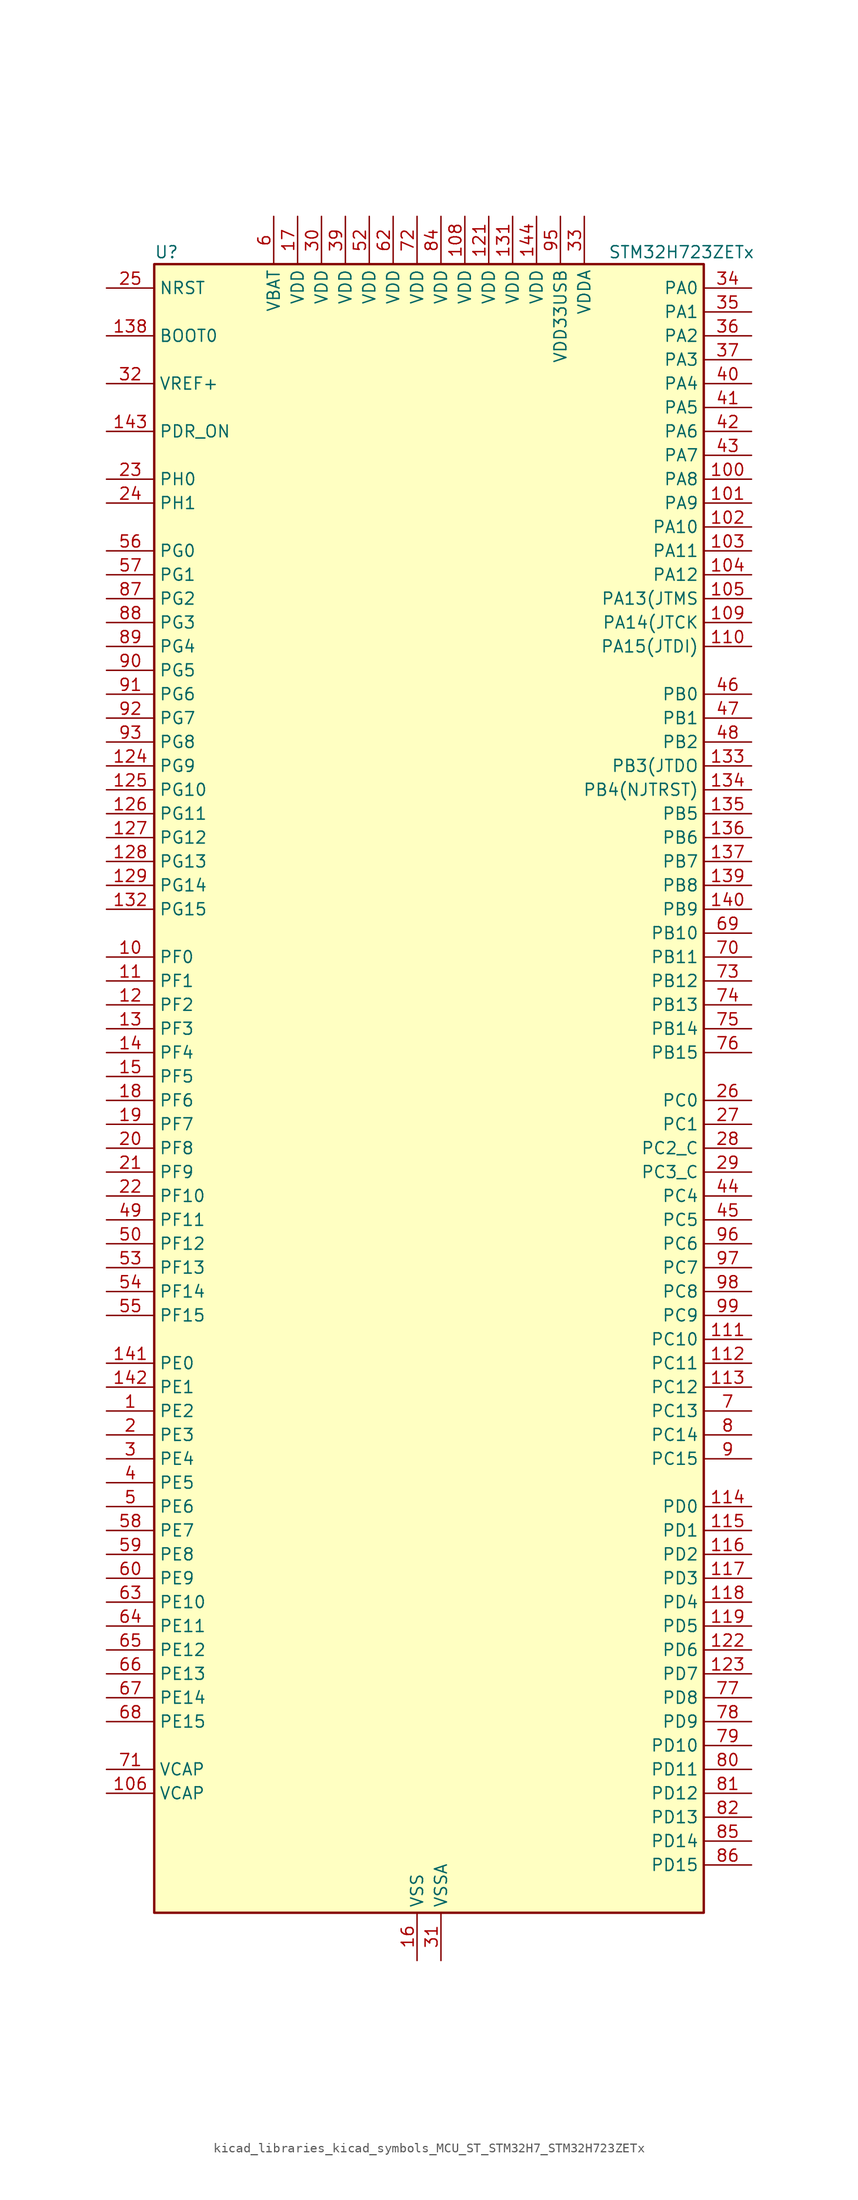
<source format=kicad_sym>
(kicad_symbol_lib
  (version 20220914)
  (generator kicad_symbol_editor)
  (symbol "kicad_libraries_kicad_symbols_MCU_ST_STM32H7_STM32H723ZETx"
    (property "Reference" "U"
      (at -27.94 90.17 0)
      (effects (font (size 1.27 1.27)) (justify left)))
    (property "Value" "STM32H723ZETx"
      (at 20.32 90.17 0)
      (effects (font (size 1.27 1.27)) (justify left)))
    (property "ki_locked" ""
      (at 0 0 0)
      (effects (font (size 1.27 1.27))))
    (symbol "kicad_libraries_kicad_symbols_MCU_ST_STM32H7_STM32H723ZETx_0_1"
      (rectangle (start -27.94 -86.36) (end 30.48 88.9) (stroke (width 0.254) (type default)) (fill (type background))))
    (symbol "kicad_libraries_kicad_symbols_MCU_ST_STM32H7_STM32H723ZETx_1_1"
      (pin bidirectional line (at -33.02 -33.02 0) (length 5.08) (name "PE2" (effects (font (size 1.27 1.27)))) (number "1" (effects (font (size 1.27 1.27)))) (alternate "DEBUG_TRACECLK" bidirectional line) (alternate "ETH_TXD3" bidirectional line) (alternate "FMC_A23" bidirectional line) (alternate "OCTOSPIM_P1_IO2" bidirectional line) (alternate "SAI1_CK1" bidirectional line) (alternate "SAI1_MCLK_A" bidirectional line) (alternate "SAI4_CK1" bidirectional line) (alternate "SAI4_MCLK_A" bidirectional line) (alternate "SPI4_SCK" bidirectional line) (alternate "USART10_RX" bidirectional line))
      (pin bidirectional line (at -33.02 15.24 0) (length 5.08) (name "PF0" (effects (font (size 1.27 1.27)))) (number "10" (effects (font (size 1.27 1.27)))) (alternate "FMC_A0" bidirectional line) (alternate "I2C2_SDA" bidirectional line) (alternate "I2C5_SDA" bidirectional line) (alternate "OCTOSPIM_P2_IO0" bidirectional line) (alternate "TIM23_CH1" bidirectional line))
      (pin bidirectional line (at 35.56 66.04 180) (length 5.08) (name "PA8" (effects (font (size 1.27 1.27)))) (number "100" (effects (font (size 1.27 1.27)))) (alternate "I2C3_SCL" bidirectional line) (alternate "I2C5_SCL" bidirectional line) (alternate "LTDC_B3" bidirectional line) (alternate "LTDC_R6" bidirectional line) (alternate "RCC_MCO_1" bidirectional line) (alternate "TIM1_CH1" bidirectional line) (alternate "TIM8_BKIN2" bidirectional line) (alternate "TIM8_BKIN2_COMP1" bidirectional line) (alternate "TIM8_BKIN2_COMP2" bidirectional line) (alternate "UART7_RX" bidirectional line) (alternate "USART1_CK" bidirectional line) (alternate "USB_OTG_HS_SOF" bidirectional line))
      (pin bidirectional line (at 35.56 63.5 180) (length 5.08) (name "PA9" (effects (font (size 1.27 1.27)))) (number "101" (effects (font (size 1.27 1.27)))) (alternate "DAC1_EXTI9" bidirectional line) (alternate "DCMI_D0" bidirectional line) (alternate "ETH_TX_ER" bidirectional line) (alternate "I2C3_SMBA" bidirectional line) (alternate "I2C5_SMBA" bidirectional line) (alternate "I2S2_CK" bidirectional line) (alternate "LPUART1_TX" bidirectional line) (alternate "LTDC_R5" bidirectional line) (alternate "PSSI_D0" bidirectional line) (alternate "SPI2_SCK" bidirectional line) (alternate "TIM1_CH2" bidirectional line) (alternate "USART1_TX" bidirectional line) (alternate "USB_OTG_HS_VBUS" bidirectional line))
      (pin bidirectional line (at 35.56 60.96 180) (length 5.08) (name "PA10" (effects (font (size 1.27 1.27)))) (number "102" (effects (font (size 1.27 1.27)))) (alternate "DCMI_D1" bidirectional line) (alternate "LPUART1_RX" bidirectional line) (alternate "LTDC_B1" bidirectional line) (alternate "LTDC_B4" bidirectional line) (alternate "MDIOS_MDIO" bidirectional line) (alternate "PSSI_D1" bidirectional line) (alternate "TIM1_CH3" bidirectional line) (alternate "USART1_RX" bidirectional line) (alternate "USB_OTG_HS_ID" bidirectional line))
      (pin bidirectional line (at 35.56 58.42 180) (length 5.08) (name "PA11" (effects (font (size 1.27 1.27)))) (number "103" (effects (font (size 1.27 1.27)))) (alternate "ADC1_EXTI11" bidirectional line) (alternate "ADC2_EXTI11" bidirectional line) (alternate "ADC3_EXTI11" bidirectional line) (alternate "FDCAN1_RX" bidirectional line) (alternate "I2S2_WS" bidirectional line) (alternate "LPUART1_CTS" bidirectional line) (alternate "LTDC_R4" bidirectional line) (alternate "SPI2_NSS" bidirectional line) (alternate "TIM1_CH4" bidirectional line) (alternate "UART4_RX" bidirectional line) (alternate "USART1_CTS" bidirectional line) (alternate "USART1_NSS" bidirectional line) (alternate "USB_OTG_HS_DM" bidirectional line))
      (pin bidirectional line (at 35.56 55.88 180) (length 5.08) (name "PA12" (effects (font (size 1.27 1.27)))) (number "104" (effects (font (size 1.27 1.27)))) (alternate "FDCAN1_TX" bidirectional line) (alternate "I2S2_CK" bidirectional line) (alternate "LPUART1_DE" bidirectional line) (alternate "LPUART1_RTS" bidirectional line) (alternate "LTDC_R5" bidirectional line) (alternate "SAI4_FS_B" bidirectional line) (alternate "SPI2_SCK" bidirectional line) (alternate "TIM1_BKIN2" bidirectional line) (alternate "TIM1_ETR" bidirectional line) (alternate "UART4_TX" bidirectional line) (alternate "USART1_DE" bidirectional line) (alternate "USART1_RTS" bidirectional line) (alternate "USB_OTG_HS_DP" bidirectional line))
      (pin bidirectional line (at 35.56 53.34 180) (length 5.08) (name "PA13(JTMS" (effects (font (size 1.27 1.27)))) (number "105" (effects (font (size 1.27 1.27)))) (alternate "DEBUG_JTMS-SWDIO" bidirectional line))
      (pin power_out line (at -33.02 -73.66 0) (length 5.08) (name "VCAP" (effects (font (size 1.27 1.27)))) (number "106" (effects (font (size 1.27 1.27)))))
      (pin passive line (at 0 -91.44 90) (length 5.08) hide (name "VSS" (effects (font (size 1.27 1.27)))) (number "107" (effects (font (size 1.27 1.27)))))
      (pin power_in line (at 5.08 93.98 270) (length 5.08) (name "VDD" (effects (font (size 1.27 1.27)))) (number "108" (effects (font (size 1.27 1.27)))))
      (pin bidirectional line (at 35.56 50.8 180) (length 5.08) (name "PA14(JTCK" (effects (font (size 1.27 1.27)))) (number "109" (effects (font (size 1.27 1.27)))) (alternate "DEBUG_JTCK-SWCLK" bidirectional line))
      (pin bidirectional line (at -33.02 12.7 0) (length 5.08) (name "PF1" (effects (font (size 1.27 1.27)))) (number "11" (effects (font (size 1.27 1.27)))) (alternate "FMC_A1" bidirectional line) (alternate "I2C2_SCL" bidirectional line) (alternate "I2C5_SCL" bidirectional line) (alternate "OCTOSPIM_P2_IO1" bidirectional line) (alternate "TIM23_CH2" bidirectional line))
      (pin bidirectional line (at 35.56 48.26 180) (length 5.08) (name "PA15(JTDI)" (effects (font (size 1.27 1.27)))) (number "110" (effects (font (size 1.27 1.27)))) (alternate "ADC1_EXTI15" bidirectional line) (alternate "ADC2_EXTI15" bidirectional line) (alternate "ADC3_EXTI15" bidirectional line) (alternate "CEC" bidirectional line) (alternate "DEBUG_JTDI" bidirectional line) (alternate "I2S1_WS" bidirectional line) (alternate "I2S3_WS" bidirectional line) (alternate "I2S6_WS" bidirectional line) (alternate "LTDC_B6" bidirectional line) (alternate "LTDC_R3" bidirectional line) (alternate "SPI1_NSS" bidirectional line) (alternate "SPI3_NSS" bidirectional line) (alternate "SPI6_NSS" bidirectional line) (alternate "TIM2_CH1" bidirectional line) (alternate "TIM2_ETR" bidirectional line) (alternate "UART4_DE" bidirectional line) (alternate "UART4_RTS" bidirectional line) (alternate "UART7_TX" bidirectional line))
      (pin bidirectional line (at 35.56 -25.4 180) (length 5.08) (name "PC10" (effects (font (size 1.27 1.27)))) (number "111" (effects (font (size 1.27 1.27)))) (alternate "DCMI_D8" bidirectional line) (alternate "DFSDM1_CKIN5" bidirectional line) (alternate "I2C5_SDA" bidirectional line) (alternate "I2S3_CK" bidirectional line) (alternate "LTDC_B1" bidirectional line) (alternate "LTDC_R2" bidirectional line) (alternate "OCTOSPIM_P1_IO1" bidirectional line) (alternate "PSSI_D8" bidirectional line) (alternate "SDMMC1_D2" bidirectional line) (alternate "SPI3_SCK" bidirectional line) (alternate "SWPMI1_RX" bidirectional line) (alternate "UART4_TX" bidirectional line) (alternate "USART3_TX" bidirectional line))
      (pin bidirectional line (at 35.56 -27.94 180) (length 5.08) (name "PC11" (effects (font (size 1.27 1.27)))) (number "112" (effects (font (size 1.27 1.27)))) (alternate "ADC1_EXTI11" bidirectional line) (alternate "ADC2_EXTI11" bidirectional line) (alternate "ADC3_EXTI11" bidirectional line) (alternate "DCMI_D4" bidirectional line) (alternate "DFSDM1_DATIN5" bidirectional line) (alternate "I2C5_SCL" bidirectional line) (alternate "I2S3_SDI" bidirectional line) (alternate "LTDC_B4" bidirectional line) (alternate "OCTOSPIM_P1_NCS" bidirectional line) (alternate "PSSI_D4" bidirectional line) (alternate "SDMMC1_D3" bidirectional line) (alternate "SPI3_MISO" bidirectional line) (alternate "UART4_RX" bidirectional line) (alternate "USART3_RX" bidirectional line))
      (pin bidirectional line (at 35.56 -30.48 180) (length 5.08) (name "PC12" (effects (font (size 1.27 1.27)))) (number "113" (effects (font (size 1.27 1.27)))) (alternate "DCMI_D9" bidirectional line) (alternate "DEBUG_TRACED3" bidirectional line) (alternate "FMC_D6" bidirectional line) (alternate "FMC_DA6" bidirectional line) (alternate "I2C5_SMBA" bidirectional line) (alternate "I2S3_SDO" bidirectional line) (alternate "I2S6_CK" bidirectional line) (alternate "LTDC_R6" bidirectional line) (alternate "PSSI_D9" bidirectional line) (alternate "SDMMC1_CK" bidirectional line) (alternate "SPI3_MOSI" bidirectional line) (alternate "SPI6_SCK" bidirectional line) (alternate "TIM15_CH1" bidirectional line) (alternate "UART5_TX" bidirectional line) (alternate "USART3_CK" bidirectional line))
      (pin bidirectional line (at 35.56 -43.18 180) (length 5.08) (name "PD0" (effects (font (size 1.27 1.27)))) (number "114" (effects (font (size 1.27 1.27)))) (alternate "DFSDM1_CKIN6" bidirectional line) (alternate "FDCAN1_RX" bidirectional line) (alternate "FMC_D2" bidirectional line) (alternate "FMC_DA2" bidirectional line) (alternate "LTDC_B1" bidirectional line) (alternate "UART4_RX" bidirectional line) (alternate "UART9_CTS" bidirectional line))
      (pin bidirectional line (at 35.56 -45.72 180) (length 5.08) (name "PD1" (effects (font (size 1.27 1.27)))) (number "115" (effects (font (size 1.27 1.27)))) (alternate "DFSDM1_DATIN6" bidirectional line) (alternate "FDCAN1_TX" bidirectional line) (alternate "FMC_D3" bidirectional line) (alternate "FMC_DA3" bidirectional line) (alternate "UART4_TX" bidirectional line))
      (pin bidirectional line (at 35.56 -48.26 180) (length 5.08) (name "PD2" (effects (font (size 1.27 1.27)))) (number "116" (effects (font (size 1.27 1.27)))) (alternate "DCMI_D11" bidirectional line) (alternate "DEBUG_TRACED2" bidirectional line) (alternate "FMC_D7" bidirectional line) (alternate "FMC_DA7" bidirectional line) (alternate "LTDC_B2" bidirectional line) (alternate "LTDC_B7" bidirectional line) (alternate "PSSI_D11" bidirectional line) (alternate "SDMMC1_CMD" bidirectional line) (alternate "TIM15_BKIN" bidirectional line) (alternate "TIM3_ETR" bidirectional line) (alternate "UART5_RX" bidirectional line))
      (pin bidirectional line (at 35.56 -50.8 180) (length 5.08) (name "PD3" (effects (font (size 1.27 1.27)))) (number "117" (effects (font (size 1.27 1.27)))) (alternate "DCMI_D5" bidirectional line) (alternate "DFSDM1_CKOUT" bidirectional line) (alternate "FMC_CLK" bidirectional line) (alternate "I2S2_CK" bidirectional line) (alternate "LTDC_G7" bidirectional line) (alternate "PSSI_D5" bidirectional line) (alternate "SPI2_SCK" bidirectional line) (alternate "USART2_CTS" bidirectional line) (alternate "USART2_NSS" bidirectional line))
      (pin bidirectional line (at 35.56 -53.34 180) (length 5.08) (name "PD4" (effects (font (size 1.27 1.27)))) (number "118" (effects (font (size 1.27 1.27)))) (alternate "FMC_NOE" bidirectional line) (alternate "OCTOSPIM_P1_IO4" bidirectional line) (alternate "USART2_DE" bidirectional line) (alternate "USART2_RTS" bidirectional line))
      (pin bidirectional line (at 35.56 -55.88 180) (length 5.08) (name "PD5" (effects (font (size 1.27 1.27)))) (number "119" (effects (font (size 1.27 1.27)))) (alternate "FMC_NWE" bidirectional line) (alternate "OCTOSPIM_P1_IO5" bidirectional line) (alternate "USART2_TX" bidirectional line))
      (pin bidirectional line (at -33.02 10.16 0) (length 5.08) (name "PF2" (effects (font (size 1.27 1.27)))) (number "12" (effects (font (size 1.27 1.27)))) (alternate "FMC_A2" bidirectional line) (alternate "I2C2_SMBA" bidirectional line) (alternate "I2C5_SMBA" bidirectional line) (alternate "OCTOSPIM_P2_IO2" bidirectional line) (alternate "TIM23_CH3" bidirectional line))
      (pin passive line (at 0 -91.44 90) (length 5.08) hide (name "VSS" (effects (font (size 1.27 1.27)))) (number "120" (effects (font (size 1.27 1.27)))))
      (pin power_in line (at 7.62 93.98 270) (length 5.08) (name "VDD" (effects (font (size 1.27 1.27)))) (number "121" (effects (font (size 1.27 1.27)))))
      (pin bidirectional line (at 35.56 -58.42 180) (length 5.08) (name "PD6" (effects (font (size 1.27 1.27)))) (number "122" (effects (font (size 1.27 1.27)))) (alternate "DCMI_D10" bidirectional line) (alternate "DFSDM1_CKIN4" bidirectional line) (alternate "DFSDM1_DATIN1" bidirectional line) (alternate "FMC_NWAIT" bidirectional line) (alternate "I2S3_SDO" bidirectional line) (alternate "LTDC_B2" bidirectional line) (alternate "OCTOSPIM_P1_IO6" bidirectional line) (alternate "PSSI_D10" bidirectional line) (alternate "SAI1_D1" bidirectional line) (alternate "SAI1_SD_A" bidirectional line) (alternate "SAI4_D1" bidirectional line) (alternate "SAI4_SD_A" bidirectional line) (alternate "SDMMC2_CK" bidirectional line) (alternate "SPI3_MOSI" bidirectional line) (alternate "USART2_RX" bidirectional line))
      (pin bidirectional line (at 35.56 -60.96 180) (length 5.08) (name "PD7" (effects (font (size 1.27 1.27)))) (number "123" (effects (font (size 1.27 1.27)))) (alternate "DFSDM1_CKIN1" bidirectional line) (alternate "DFSDM1_DATIN4" bidirectional line) (alternate "FMC_NE1" bidirectional line) (alternate "I2S1_SDO" bidirectional line) (alternate "OCTOSPIM_P1_IO7" bidirectional line) (alternate "SDMMC2_CMD" bidirectional line) (alternate "SPDIFRX1_IN0" bidirectional line) (alternate "SPI1_MOSI" bidirectional line) (alternate "USART2_CK" bidirectional line))
      (pin bidirectional line (at -33.02 35.56 0) (length 5.08) (name "PG9" (effects (font (size 1.27 1.27)))) (number "124" (effects (font (size 1.27 1.27)))) (alternate "DAC1_EXTI9" bidirectional line) (alternate "DCMI_VSYNC" bidirectional line) (alternate "FDCAN3_TX" bidirectional line) (alternate "FMC_NCE" bidirectional line) (alternate "FMC_NE2" bidirectional line) (alternate "I2S1_SDI" bidirectional line) (alternate "OCTOSPIM_P1_IO6" bidirectional line) (alternate "PSSI_RDY" bidirectional line) (alternate "SAI4_FS_B" bidirectional line) (alternate "SDMMC2_D0" bidirectional line) (alternate "SPDIFRX1_IN3" bidirectional line) (alternate "SPI1_MISO" bidirectional line) (alternate "USART6_RX" bidirectional line))
      (pin bidirectional line (at -33.02 33.02 0) (length 5.08) (name "PG10" (effects (font (size 1.27 1.27)))) (number "125" (effects (font (size 1.27 1.27)))) (alternate "DCMI_D2" bidirectional line) (alternate "FDCAN3_RX" bidirectional line) (alternate "FMC_NE3" bidirectional line) (alternate "I2S1_WS" bidirectional line) (alternate "LTDC_B2" bidirectional line) (alternate "LTDC_G3" bidirectional line) (alternate "OCTOSPIM_P2_IO6" bidirectional line) (alternate "PSSI_D2" bidirectional line) (alternate "SAI4_SD_B" bidirectional line) (alternate "SDMMC2_D1" bidirectional line) (alternate "SPI1_NSS" bidirectional line))
      (pin bidirectional line (at -33.02 30.48 0) (length 5.08) (name "PG11" (effects (font (size 1.27 1.27)))) (number "126" (effects (font (size 1.27 1.27)))) (alternate "ADC1_EXTI11" bidirectional line) (alternate "ADC2_EXTI11" bidirectional line) (alternate "ADC3_EXTI11" bidirectional line) (alternate "DCMI_D3" bidirectional line) (alternate "ETH_TX_EN" bidirectional line) (alternate "I2S1_CK" bidirectional line) (alternate "LPTIM1_IN2" bidirectional line) (alternate "LTDC_B3" bidirectional line) (alternate "OCTOSPIM_P2_IO7" bidirectional line) (alternate "PSSI_D3" bidirectional line) (alternate "SDMMC2_D2" bidirectional line) (alternate "SPDIFRX1_IN0" bidirectional line) (alternate "SPI1_SCK" bidirectional line) (alternate "USART10_RX" bidirectional line))
      (pin bidirectional line (at -33.02 27.94 0) (length 5.08) (name "PG12" (effects (font (size 1.27 1.27)))) (number "127" (effects (font (size 1.27 1.27)))) (alternate "ETH_TXD1" bidirectional line) (alternate "FMC_NE4" bidirectional line) (alternate "I2S6_SDI" bidirectional line) (alternate "LPTIM1_IN1" bidirectional line) (alternate "LTDC_B1" bidirectional line) (alternate "LTDC_B4" bidirectional line) (alternate "OCTOSPIM_P2_NCS" bidirectional line) (alternate "SDMMC2_D3" bidirectional line) (alternate "SPDIFRX1_IN1" bidirectional line) (alternate "SPI6_MISO" bidirectional line) (alternate "TIM23_CH1" bidirectional line) (alternate "USART10_TX" bidirectional line) (alternate "USART6_DE" bidirectional line) (alternate "USART6_RTS" bidirectional line))
      (pin bidirectional line (at -33.02 25.4 0) (length 5.08) (name "PG13" (effects (font (size 1.27 1.27)))) (number "128" (effects (font (size 1.27 1.27)))) (alternate "DEBUG_TRACED0" bidirectional line) (alternate "ETH_TXD0" bidirectional line) (alternate "FMC_A24" bidirectional line) (alternate "I2S6_CK" bidirectional line) (alternate "LPTIM1_OUT" bidirectional line) (alternate "LTDC_R0" bidirectional line) (alternate "SDMMC2_D6" bidirectional line) (alternate "SPI6_SCK" bidirectional line) (alternate "TIM23_CH2" bidirectional line) (alternate "USART10_CTS" bidirectional line) (alternate "USART10_NSS" bidirectional line) (alternate "USART6_CTS" bidirectional line) (alternate "USART6_NSS" bidirectional line))
      (pin bidirectional line (at -33.02 22.86 0) (length 5.08) (name "PG14" (effects (font (size 1.27 1.27)))) (number "129" (effects (font (size 1.27 1.27)))) (alternate "DEBUG_TRACED1" bidirectional line) (alternate "ETH_TXD1" bidirectional line) (alternate "FMC_A25" bidirectional line) (alternate "I2S6_SDO" bidirectional line) (alternate "LPTIM1_ETR" bidirectional line) (alternate "LTDC_B0" bidirectional line) (alternate "OCTOSPIM_P1_IO7" bidirectional line) (alternate "SDMMC2_D7" bidirectional line) (alternate "SPI6_MOSI" bidirectional line) (alternate "TIM23_CH3" bidirectional line) (alternate "USART10_DE" bidirectional line) (alternate "USART10_RTS" bidirectional line) (alternate "USART6_TX" bidirectional line))
      (pin bidirectional line (at -33.02 7.62 0) (length 5.08) (name "PF3" (effects (font (size 1.27 1.27)))) (number "13" (effects (font (size 1.27 1.27)))) (alternate "ADC3_INP5" bidirectional line) (alternate "FMC_A3" bidirectional line) (alternate "OCTOSPIM_P2_IO3" bidirectional line) (alternate "TIM23_CH4" bidirectional line))
      (pin passive line (at 0 -91.44 90) (length 5.08) hide (name "VSS" (effects (font (size 1.27 1.27)))) (number "130" (effects (font (size 1.27 1.27)))))
      (pin power_in line (at 10.16 93.98 270) (length 5.08) (name "VDD" (effects (font (size 1.27 1.27)))) (number "131" (effects (font (size 1.27 1.27)))))
      (pin bidirectional line (at -33.02 20.32 0) (length 5.08) (name "PG15" (effects (font (size 1.27 1.27)))) (number "132" (effects (font (size 1.27 1.27)))) (alternate "ADC1_EXTI15" bidirectional line) (alternate "ADC2_EXTI15" bidirectional line) (alternate "ADC3_EXTI15" bidirectional line) (alternate "DCMI_D13" bidirectional line) (alternate "FMC_SDNCAS" bidirectional line) (alternate "OCTOSPIM_P2_DQS" bidirectional line) (alternate "PSSI_D13" bidirectional line) (alternate "USART10_CK" bidirectional line) (alternate "USART6_CTS" bidirectional line) (alternate "USART6_NSS" bidirectional line))
      (pin bidirectional line (at 35.56 35.56 180) (length 5.08) (name "PB3(JTDO" (effects (font (size 1.27 1.27)))) (number "133" (effects (font (size 1.27 1.27)))) (alternate "CRS_SYNC" bidirectional line) (alternate "DEBUG_JTDO-SWO" bidirectional line) (alternate "I2S1_CK" bidirectional line) (alternate "I2S3_CK" bidirectional line) (alternate "I2S6_CK" bidirectional line) (alternate "SDMMC2_D2" bidirectional line) (alternate "SPI1_SCK" bidirectional line) (alternate "SPI3_SCK" bidirectional line) (alternate "SPI6_SCK" bidirectional line) (alternate "TIM24_ETR" bidirectional line) (alternate "TIM2_CH2" bidirectional line) (alternate "UART7_RX" bidirectional line))
      (pin bidirectional line (at 35.56 33.02 180) (length 5.08) (name "PB4(NJTRST)" (effects (font (size 1.27 1.27)))) (number "134" (effects (font (size 1.27 1.27)))) (alternate "DEBUG_JTRST" bidirectional line) (alternate "I2S1_SDI" bidirectional line) (alternate "I2S2_WS" bidirectional line) (alternate "I2S3_SDI" bidirectional line) (alternate "I2S6_SDI" bidirectional line) (alternate "SDMMC2_D3" bidirectional line) (alternate "SPI1_MISO" bidirectional line) (alternate "SPI2_NSS" bidirectional line) (alternate "SPI3_MISO" bidirectional line) (alternate "SPI6_MISO" bidirectional line) (alternate "TIM16_BKIN" bidirectional line) (alternate "TIM3_CH1" bidirectional line) (alternate "UART7_TX" bidirectional line))
      (pin bidirectional line (at 35.56 30.48 180) (length 5.08) (name "PB5" (effects (font (size 1.27 1.27)))) (number "135" (effects (font (size 1.27 1.27)))) (alternate "DCMI_D10" bidirectional line) (alternate "ETH_PPS_OUT" bidirectional line) (alternate "FDCAN2_RX" bidirectional line) (alternate "FMC_SDCKE1" bidirectional line) (alternate "I2C1_SMBA" bidirectional line) (alternate "I2C4_SMBA" bidirectional line) (alternate "I2S1_SDO" bidirectional line) (alternate "I2S3_SDO" bidirectional line) (alternate "I2S6_SDO" bidirectional line) (alternate "LTDC_B5" bidirectional line) (alternate "PSSI_D10" bidirectional line) (alternate "SPI1_MOSI" bidirectional line) (alternate "SPI3_MOSI" bidirectional line) (alternate "SPI6_MOSI" bidirectional line) (alternate "TIM17_BKIN" bidirectional line) (alternate "TIM3_CH2" bidirectional line) (alternate "UART5_RX" bidirectional line) (alternate "USB_OTG_HS_ULPI_D7" bidirectional line))
      (pin bidirectional line (at 35.56 27.94 180) (length 5.08) (name "PB6" (effects (font (size 1.27 1.27)))) (number "136" (effects (font (size 1.27 1.27)))) (alternate "CEC" bidirectional line) (alternate "DCMI_D5" bidirectional line) (alternate "DFSDM1_DATIN5" bidirectional line) (alternate "FDCAN2_TX" bidirectional line) (alternate "FMC_SDNE1" bidirectional line) (alternate "I2C1_SCL" bidirectional line) (alternate "I2C4_SCL" bidirectional line) (alternate "LPUART1_TX" bidirectional line) (alternate "OCTOSPIM_P1_NCS" bidirectional line) (alternate "PSSI_D5" bidirectional line) (alternate "TIM16_CH1N" bidirectional line) (alternate "TIM4_CH1" bidirectional line) (alternate "UART5_TX" bidirectional line) (alternate "USART1_TX" bidirectional line))
      (pin bidirectional line (at 35.56 25.4 180) (length 5.08) (name "PB7" (effects (font (size 1.27 1.27)))) (number "137" (effects (font (size 1.27 1.27)))) (alternate "DCMI_VSYNC" bidirectional line) (alternate "DFSDM1_CKIN5" bidirectional line) (alternate "FMC_NL" bidirectional line) (alternate "I2C1_SDA" bidirectional line) (alternate "I2C4_SDA" bidirectional line) (alternate "LPUART1_RX" bidirectional line) (alternate "PSSI_RDY" bidirectional line) (alternate "PWR_PVD_IN" bidirectional line) (alternate "TIM17_CH1N" bidirectional line) (alternate "TIM4_CH2" bidirectional line) (alternate "USART1_RX" bidirectional line))
      (pin input line (at -33.02 81.28 0) (length 5.08) (name "BOOT0" (effects (font (size 1.27 1.27)))) (number "138" (effects (font (size 1.27 1.27)))))
      (pin bidirectional line (at 35.56 22.86 180) (length 5.08) (name "PB8" (effects (font (size 1.27 1.27)))) (number "139" (effects (font (size 1.27 1.27)))) (alternate "DCMI_D6" bidirectional line) (alternate "DFSDM1_CKIN7" bidirectional line) (alternate "ETH_TXD3" bidirectional line) (alternate "FDCAN1_RX" bidirectional line) (alternate "I2C1_SCL" bidirectional line) (alternate "I2C4_SCL" bidirectional line) (alternate "LTDC_B6" bidirectional line) (alternate "PSSI_D6" bidirectional line) (alternate "SDMMC1_CKIN" bidirectional line) (alternate "SDMMC1_D4" bidirectional line) (alternate "SDMMC2_D4" bidirectional line) (alternate "TIM16_CH1" bidirectional line) (alternate "TIM4_CH3" bidirectional line) (alternate "UART4_RX" bidirectional line))
      (pin bidirectional line (at -33.02 5.08 0) (length 5.08) (name "PF4" (effects (font (size 1.27 1.27)))) (number "14" (effects (font (size 1.27 1.27)))) (alternate "ADC3_INN5" bidirectional line) (alternate "ADC3_INP9" bidirectional line) (alternate "FMC_A4" bidirectional line) (alternate "OCTOSPIM_P2_CLK" bidirectional line))
      (pin bidirectional line (at 35.56 20.32 180) (length 5.08) (name "PB9" (effects (font (size 1.27 1.27)))) (number "140" (effects (font (size 1.27 1.27)))) (alternate "DAC1_EXTI9" bidirectional line) (alternate "DCMI_D7" bidirectional line) (alternate "DFSDM1_DATIN7" bidirectional line) (alternate "FDCAN1_TX" bidirectional line) (alternate "I2C1_SDA" bidirectional line) (alternate "I2C4_SDA" bidirectional line) (alternate "I2C4_SMBA" bidirectional line) (alternate "I2S2_WS" bidirectional line) (alternate "LTDC_B7" bidirectional line) (alternate "PSSI_D7" bidirectional line) (alternate "SDMMC1_CDIR" bidirectional line) (alternate "SDMMC1_D5" bidirectional line) (alternate "SDMMC2_D5" bidirectional line) (alternate "SPI2_NSS" bidirectional line) (alternate "TIM17_CH1" bidirectional line) (alternate "TIM4_CH4" bidirectional line) (alternate "UART4_TX" bidirectional line))
      (pin bidirectional line (at -33.02 -27.94 0) (length 5.08) (name "PE0" (effects (font (size 1.27 1.27)))) (number "141" (effects (font (size 1.27 1.27)))) (alternate "DCMI_D2" bidirectional line) (alternate "FMC_NBL0" bidirectional line) (alternate "LPTIM1_ETR" bidirectional line) (alternate "LPTIM2_ETR" bidirectional line) (alternate "LTDC_R0" bidirectional line) (alternate "PSSI_D2" bidirectional line) (alternate "SAI4_MCLK_A" bidirectional line) (alternate "TIM4_ETR" bidirectional line) (alternate "UART8_RX" bidirectional line))
      (pin bidirectional line (at -33.02 -30.48 0) (length 5.08) (name "PE1" (effects (font (size 1.27 1.27)))) (number "142" (effects (font (size 1.27 1.27)))) (alternate "DCMI_D3" bidirectional line) (alternate "FMC_NBL1" bidirectional line) (alternate "LPTIM1_IN2" bidirectional line) (alternate "LTDC_R6" bidirectional line) (alternate "PSSI_D3" bidirectional line) (alternate "UART8_TX" bidirectional line))
      (pin input line (at -33.02 71.12 0) (length 5.08) (name "PDR_ON" (effects (font (size 1.27 1.27)))) (number "143" (effects (font (size 1.27 1.27)))))
      (pin power_in line (at 12.7 93.98 270) (length 5.08) (name "VDD" (effects (font (size 1.27 1.27)))) (number "144" (effects (font (size 1.27 1.27)))))
      (pin bidirectional line (at -33.02 2.54 0) (length 5.08) (name "PF5" (effects (font (size 1.27 1.27)))) (number "15" (effects (font (size 1.27 1.27)))) (alternate "ADC3_INP4" bidirectional line) (alternate "FMC_A5" bidirectional line) (alternate "OCTOSPIM_P2_NCLK" bidirectional line))
      (pin power_in line (at 0 -91.44 90) (length 5.08) (name "VSS" (effects (font (size 1.27 1.27)))) (number "16" (effects (font (size 1.27 1.27)))))
      (pin power_in line (at -12.7 93.98 270) (length 5.08) (name "VDD" (effects (font (size 1.27 1.27)))) (number "17" (effects (font (size 1.27 1.27)))))
      (pin bidirectional line (at -33.02 0 0) (length 5.08) (name "PF6" (effects (font (size 1.27 1.27)))) (number "18" (effects (font (size 1.27 1.27)))) (alternate "ADC3_INN4" bidirectional line) (alternate "ADC3_INP8" bidirectional line) (alternate "FDCAN3_RX" bidirectional line) (alternate "OCTOSPIM_P1_IO3" bidirectional line) (alternate "SAI1_SD_B" bidirectional line) (alternate "SAI4_SD_B" bidirectional line) (alternate "SPI5_NSS" bidirectional line) (alternate "TIM16_CH1" bidirectional line) (alternate "TIM23_CH1" bidirectional line) (alternate "UART7_RX" bidirectional line))
      (pin bidirectional line (at -33.02 -2.54 0) (length 5.08) (name "PF7" (effects (font (size 1.27 1.27)))) (number "19" (effects (font (size 1.27 1.27)))) (alternate "ADC3_INP3" bidirectional line) (alternate "FDCAN3_TX" bidirectional line) (alternate "OCTOSPIM_P1_IO2" bidirectional line) (alternate "SAI1_MCLK_B" bidirectional line) (alternate "SAI4_MCLK_B" bidirectional line) (alternate "SPI5_SCK" bidirectional line) (alternate "TIM17_CH1" bidirectional line) (alternate "TIM23_CH2" bidirectional line) (alternate "UART7_TX" bidirectional line))
      (pin bidirectional line (at -33.02 -35.56 0) (length 5.08) (name "PE3" (effects (font (size 1.27 1.27)))) (number "2" (effects (font (size 1.27 1.27)))) (alternate "DEBUG_TRACED0" bidirectional line) (alternate "FMC_A19" bidirectional line) (alternate "SAI1_SD_B" bidirectional line) (alternate "SAI4_SD_B" bidirectional line) (alternate "TIM15_BKIN" bidirectional line) (alternate "USART10_TX" bidirectional line))
      (pin bidirectional line (at -33.02 -5.08 0) (length 5.08) (name "PF8" (effects (font (size 1.27 1.27)))) (number "20" (effects (font (size 1.27 1.27)))) (alternate "ADC3_INN3" bidirectional line) (alternate "ADC3_INP7" bidirectional line) (alternate "OCTOSPIM_P1_IO0" bidirectional line) (alternate "SAI1_SCK_B" bidirectional line) (alternate "SAI4_SCK_B" bidirectional line) (alternate "SPI5_MISO" bidirectional line) (alternate "TIM13_CH1" bidirectional line) (alternate "TIM16_CH1N" bidirectional line) (alternate "TIM23_CH3" bidirectional line) (alternate "UART7_DE" bidirectional line) (alternate "UART7_RTS" bidirectional line))
      (pin bidirectional line (at -33.02 -7.62 0) (length 5.08) (name "PF9" (effects (font (size 1.27 1.27)))) (number "21" (effects (font (size 1.27 1.27)))) (alternate "ADC3_INP2" bidirectional line) (alternate "DAC1_EXTI9" bidirectional line) (alternate "OCTOSPIM_P1_IO1" bidirectional line) (alternate "SAI1_FS_B" bidirectional line) (alternate "SAI4_FS_B" bidirectional line) (alternate "SPI5_MOSI" bidirectional line) (alternate "TIM14_CH1" bidirectional line) (alternate "TIM17_CH1N" bidirectional line) (alternate "TIM23_CH4" bidirectional line) (alternate "UART7_CTS" bidirectional line))
      (pin bidirectional line (at -33.02 -10.16 0) (length 5.08) (name "PF10" (effects (font (size 1.27 1.27)))) (number "22" (effects (font (size 1.27 1.27)))) (alternate "ADC3_INN2" bidirectional line) (alternate "ADC3_INP6" bidirectional line) (alternate "DCMI_D11" bidirectional line) (alternate "LTDC_DE" bidirectional line) (alternate "OCTOSPIM_P1_CLK" bidirectional line) (alternate "PSSI_D11" bidirectional line) (alternate "PSSI_D15" bidirectional line) (alternate "SAI1_D3" bidirectional line) (alternate "SAI4_D3" bidirectional line) (alternate "TIM16_BKIN" bidirectional line))
      (pin bidirectional line (at -33.02 66.04 0) (length 5.08) (name "PH0" (effects (font (size 1.27 1.27)))) (number "23" (effects (font (size 1.27 1.27)))) (alternate "RCC_OSC_IN" bidirectional line))
      (pin bidirectional line (at -33.02 63.5 0) (length 5.08) (name "PH1" (effects (font (size 1.27 1.27)))) (number "24" (effects (font (size 1.27 1.27)))) (alternate "RCC_OSC_OUT" bidirectional line))
      (pin input line (at -33.02 86.36 0) (length 5.08) (name "NRST" (effects (font (size 1.27 1.27)))) (number "25" (effects (font (size 1.27 1.27)))))
      (pin bidirectional line (at 35.56 0 180) (length 5.08) (name "PC0" (effects (font (size 1.27 1.27)))) (number "26" (effects (font (size 1.27 1.27)))) (alternate "ADC1_INP10" bidirectional line) (alternate "ADC2_INP10" bidirectional line) (alternate "ADC3_INP10" bidirectional line) (alternate "DFSDM1_CKIN0" bidirectional line) (alternate "DFSDM1_DATIN4" bidirectional line) (alternate "FMC_A25" bidirectional line) (alternate "FMC_D12" bidirectional line) (alternate "FMC_DA12" bidirectional line) (alternate "FMC_SDNWE" bidirectional line) (alternate "LTDC_G2" bidirectional line) (alternate "LTDC_R5" bidirectional line) (alternate "SAI4_FS_B" bidirectional line) (alternate "USB_OTG_HS_ULPI_STP" bidirectional line))
      (pin bidirectional line (at 35.56 -2.54 180) (length 5.08) (name "PC1" (effects (font (size 1.27 1.27)))) (number "27" (effects (font (size 1.27 1.27)))) (alternate "ADC1_INN10" bidirectional line) (alternate "ADC1_INP11" bidirectional line) (alternate "ADC2_INN10" bidirectional line) (alternate "ADC2_INP11" bidirectional line) (alternate "ADC3_INN10" bidirectional line) (alternate "ADC3_INP11" bidirectional line) (alternate "DEBUG_TRACED0" bidirectional line) (alternate "DFSDM1_CKIN4" bidirectional line) (alternate "DFSDM1_DATIN0" bidirectional line) (alternate "ETH_MDC" bidirectional line) (alternate "I2S2_SDO" bidirectional line) (alternate "LTDC_G5" bidirectional line) (alternate "MDIOS_MDC" bidirectional line) (alternate "OCTOSPIM_P1_IO4" bidirectional line) (alternate "PWR_WKUP6" bidirectional line) (alternate "RTC_TAMP3" bidirectional line) (alternate "SAI1_D1" bidirectional line) (alternate "SAI1_SD_A" bidirectional line) (alternate "SAI4_D1" bidirectional line) (alternate "SAI4_SD_A" bidirectional line) (alternate "SDMMC2_CK" bidirectional line) (alternate "SPI2_MOSI" bidirectional line))
      (pin bidirectional line (at 35.56 -5.08 180) (length 5.08) (name "PC2_C" (effects (font (size 1.27 1.27)))) (number "28" (effects (font (size 1.27 1.27)))) (alternate "ADC3_INN1" bidirectional line) (alternate "ADC3_INP0" bidirectional line) (alternate "DFSDM1_CKIN1" bidirectional line) (alternate "DFSDM1_CKOUT" bidirectional line) (alternate "ETH_TXD2" bidirectional line) (alternate "FMC_SDNE0" bidirectional line) (alternate "I2S2_SDI" bidirectional line) (alternate "OCTOSPIM_P1_IO2" bidirectional line) (alternate "OCTOSPIM_P1_IO5" bidirectional line) (alternate "PWR_CSTOP" bidirectional line) (alternate "SPI2_MISO" bidirectional line) (alternate "USB_OTG_HS_ULPI_DIR" bidirectional line))
      (pin bidirectional line (at 35.56 -7.62 180) (length 5.08) (name "PC3_C" (effects (font (size 1.27 1.27)))) (number "29" (effects (font (size 1.27 1.27)))) (alternate "ADC3_INP1" bidirectional line) (alternate "DFSDM1_DATIN1" bidirectional line) (alternate "ETH_TX_CLK" bidirectional line) (alternate "FMC_SDCKE0" bidirectional line) (alternate "I2S2_SDO" bidirectional line) (alternate "OCTOSPIM_P1_IO0" bidirectional line) (alternate "OCTOSPIM_P1_IO6" bidirectional line) (alternate "PWR_CSLEEP" bidirectional line) (alternate "SPI2_MOSI" bidirectional line) (alternate "USB_OTG_HS_ULPI_NXT" bidirectional line))
      (pin bidirectional line (at -33.02 -38.1 0) (length 5.08) (name "PE4" (effects (font (size 1.27 1.27)))) (number "3" (effects (font (size 1.27 1.27)))) (alternate "DCMI_D4" bidirectional line) (alternate "DEBUG_TRACED1" bidirectional line) (alternate "DFSDM1_DATIN3" bidirectional line) (alternate "FMC_A20" bidirectional line) (alternate "LTDC_B0" bidirectional line) (alternate "PSSI_D4" bidirectional line) (alternate "SAI1_D2" bidirectional line) (alternate "SAI1_FS_A" bidirectional line) (alternate "SAI4_D2" bidirectional line) (alternate "SAI4_FS_A" bidirectional line) (alternate "SPI4_NSS" bidirectional line) (alternate "TIM15_CH1N" bidirectional line))
      (pin power_in line (at -10.16 93.98 270) (length 5.08) (name "VDD" (effects (font (size 1.27 1.27)))) (number "30" (effects (font (size 1.27 1.27)))))
      (pin power_in line (at 2.54 -91.44 90) (length 5.08) (name "VSSA" (effects (font (size 1.27 1.27)))) (number "31" (effects (font (size 1.27 1.27)))))
      (pin input line (at -33.02 76.2 0) (length 5.08) (name "VREF+" (effects (font (size 1.27 1.27)))) (number "32" (effects (font (size 1.27 1.27)))) (alternate "VREFBUF_OUT" bidirectional line))
      (pin power_in line (at 17.78 93.98 270) (length 5.08) (name "VDDA" (effects (font (size 1.27 1.27)))) (number "33" (effects (font (size 1.27 1.27)))))
      (pin bidirectional line (at 35.56 86.36 180) (length 5.08) (name "PA0" (effects (font (size 1.27 1.27)))) (number "34" (effects (font (size 1.27 1.27)))) (alternate "ADC1_INP16" bidirectional line) (alternate "ETH_CRS" bidirectional line) (alternate "FMC_A19" bidirectional line) (alternate "I2S6_WS" bidirectional line) (alternate "PWR_WKUP1" bidirectional line) (alternate "SAI4_SD_B" bidirectional line) (alternate "SDMMC2_CMD" bidirectional line) (alternate "SPI6_NSS" bidirectional line) (alternate "TIM15_BKIN" bidirectional line) (alternate "TIM2_CH1" bidirectional line) (alternate "TIM2_ETR" bidirectional line) (alternate "TIM5_CH1" bidirectional line) (alternate "TIM8_ETR" bidirectional line) (alternate "UART4_TX" bidirectional line) (alternate "USART2_CTS" bidirectional line) (alternate "USART2_NSS" bidirectional line))
      (pin bidirectional line (at 35.56 83.82 180) (length 5.08) (name "PA1" (effects (font (size 1.27 1.27)))) (number "35" (effects (font (size 1.27 1.27)))) (alternate "ADC1_INN16" bidirectional line) (alternate "ADC1_INP17" bidirectional line) (alternate "ETH_REF_CLK" bidirectional line) (alternate "ETH_RX_CLK" bidirectional line) (alternate "LPTIM3_OUT" bidirectional line) (alternate "LTDC_R2" bidirectional line) (alternate "OCTOSPIM_P1_DQS" bidirectional line) (alternate "OCTOSPIM_P1_IO3" bidirectional line) (alternate "SAI4_MCLK_B" bidirectional line) (alternate "TIM15_CH1N" bidirectional line) (alternate "TIM2_CH2" bidirectional line) (alternate "TIM5_CH2" bidirectional line) (alternate "UART4_RX" bidirectional line) (alternate "USART2_DE" bidirectional line) (alternate "USART2_RTS" bidirectional line))
      (pin bidirectional line (at 35.56 81.28 180) (length 5.08) (name "PA2" (effects (font (size 1.27 1.27)))) (number "36" (effects (font (size 1.27 1.27)))) (alternate "ADC1_INP14" bidirectional line) (alternate "ADC2_INP14" bidirectional line) (alternate "ETH_MDIO" bidirectional line) (alternate "LPTIM4_OUT" bidirectional line) (alternate "LTDC_R1" bidirectional line) (alternate "MDIOS_MDIO" bidirectional line) (alternate "OCTOSPIM_P1_IO0" bidirectional line) (alternate "PWR_WKUP2" bidirectional line) (alternate "SAI4_SCK_B" bidirectional line) (alternate "TIM15_CH1" bidirectional line) (alternate "TIM2_CH3" bidirectional line) (alternate "TIM5_CH3" bidirectional line) (alternate "USART2_TX" bidirectional line))
      (pin bidirectional line (at 35.56 78.74 180) (length 5.08) (name "PA3" (effects (font (size 1.27 1.27)))) (number "37" (effects (font (size 1.27 1.27)))) (alternate "ADC1_INP15" bidirectional line) (alternate "ADC2_INP15" bidirectional line) (alternate "ETH_COL" bidirectional line) (alternate "I2S6_MCK" bidirectional line) (alternate "LPTIM5_OUT" bidirectional line) (alternate "LTDC_B2" bidirectional line) (alternate "LTDC_B5" bidirectional line) (alternate "OCTOSPIM_P1_CLK" bidirectional line) (alternate "OCTOSPIM_P1_IO2" bidirectional line) (alternate "TIM15_CH2" bidirectional line) (alternate "TIM2_CH4" bidirectional line) (alternate "TIM5_CH4" bidirectional line) (alternate "USART2_RX" bidirectional line) (alternate "USB_OTG_HS_ULPI_D0" bidirectional line))
      (pin passive line (at 0 -91.44 90) (length 5.08) hide (name "VSS" (effects (font (size 1.27 1.27)))) (number "38" (effects (font (size 1.27 1.27)))))
      (pin power_in line (at -7.62 93.98 270) (length 5.08) (name "VDD" (effects (font (size 1.27 1.27)))) (number "39" (effects (font (size 1.27 1.27)))))
      (pin bidirectional line (at -33.02 -40.64 0) (length 5.08) (name "PE5" (effects (font (size 1.27 1.27)))) (number "4" (effects (font (size 1.27 1.27)))) (alternate "DCMI_D6" bidirectional line) (alternate "DEBUG_TRACED2" bidirectional line) (alternate "DFSDM1_CKIN3" bidirectional line) (alternate "FMC_A21" bidirectional line) (alternate "LTDC_G0" bidirectional line) (alternate "PSSI_D6" bidirectional line) (alternate "SAI1_CK2" bidirectional line) (alternate "SAI1_SCK_A" bidirectional line) (alternate "SAI4_CK2" bidirectional line) (alternate "SAI4_SCK_A" bidirectional line) (alternate "SPI4_MISO" bidirectional line) (alternate "TIM15_CH1" bidirectional line))
      (pin bidirectional line (at 35.56 76.2 180) (length 5.08) (name "PA4" (effects (font (size 1.27 1.27)))) (number "40" (effects (font (size 1.27 1.27)))) (alternate "ADC1_INP18" bidirectional line) (alternate "ADC2_INP18" bidirectional line) (alternate "DAC1_OUT1" bidirectional line) (alternate "DCMI_HSYNC" bidirectional line) (alternate "FMC_D8" bidirectional line) (alternate "FMC_DA8" bidirectional line) (alternate "I2S1_WS" bidirectional line) (alternate "I2S3_WS" bidirectional line) (alternate "I2S6_WS" bidirectional line) (alternate "LTDC_VSYNC" bidirectional line) (alternate "PSSI_DE" bidirectional line) (alternate "SPI1_NSS" bidirectional line) (alternate "SPI3_NSS" bidirectional line) (alternate "SPI6_NSS" bidirectional line) (alternate "TIM5_ETR" bidirectional line) (alternate "USART2_CK" bidirectional line))
      (pin bidirectional line (at 35.56 73.66 180) (length 5.08) (name "PA5" (effects (font (size 1.27 1.27)))) (number "41" (effects (font (size 1.27 1.27)))) (alternate "ADC1_INN18" bidirectional line) (alternate "ADC1_INP19" bidirectional line) (alternate "ADC2_INN18" bidirectional line) (alternate "ADC2_INP19" bidirectional line) (alternate "DAC1_OUT2" bidirectional line) (alternate "FMC_D9" bidirectional line) (alternate "FMC_DA9" bidirectional line) (alternate "I2S1_CK" bidirectional line) (alternate "I2S6_CK" bidirectional line) (alternate "LTDC_R4" bidirectional line) (alternate "PSSI_D14" bidirectional line) (alternate "PWR_NDSTOP2" bidirectional line) (alternate "SPI1_SCK" bidirectional line) (alternate "SPI6_SCK" bidirectional line) (alternate "TIM2_CH1" bidirectional line) (alternate "TIM2_ETR" bidirectional line) (alternate "TIM8_CH1N" bidirectional line) (alternate "USB_OTG_HS_ULPI_CK" bidirectional line))
      (pin bidirectional line (at 35.56 71.12 180) (length 5.08) (name "PA6" (effects (font (size 1.27 1.27)))) (number "42" (effects (font (size 1.27 1.27)))) (alternate "ADC1_INP3" bidirectional line) (alternate "ADC2_INP3" bidirectional line) (alternate "DCMI_PIXCLK" bidirectional line) (alternate "I2S1_SDI" bidirectional line) (alternate "I2S6_SDI" bidirectional line) (alternate "LTDC_G2" bidirectional line) (alternate "MDIOS_MDC" bidirectional line) (alternate "OCTOSPIM_P1_IO3" bidirectional line) (alternate "PSSI_PDCK" bidirectional line) (alternate "SPI1_MISO" bidirectional line) (alternate "SPI6_MISO" bidirectional line) (alternate "TIM13_CH1" bidirectional line) (alternate "TIM1_BKIN" bidirectional line) (alternate "TIM1_BKIN_COMP1" bidirectional line) (alternate "TIM1_BKIN_COMP2" bidirectional line) (alternate "TIM3_CH1" bidirectional line) (alternate "TIM8_BKIN" bidirectional line) (alternate "TIM8_BKIN_COMP1" bidirectional line) (alternate "TIM8_BKIN_COMP2" bidirectional line))
      (pin bidirectional line (at 35.56 68.58 180) (length 5.08) (name "PA7" (effects (font (size 1.27 1.27)))) (number "43" (effects (font (size 1.27 1.27)))) (alternate "ADC1_INN3" bidirectional line) (alternate "ADC1_INP7" bidirectional line) (alternate "ADC2_INN3" bidirectional line) (alternate "ADC2_INP7" bidirectional line) (alternate "ETH_CRS_DV" bidirectional line) (alternate "ETH_RX_DV" bidirectional line) (alternate "FMC_SDNWE" bidirectional line) (alternate "I2S1_SDO" bidirectional line) (alternate "I2S6_SDO" bidirectional line) (alternate "LTDC_VSYNC" bidirectional line) (alternate "OCTOSPIM_P1_IO2" bidirectional line) (alternate "OPAMP1_VINM" bidirectional line) (alternate "SPI1_MOSI" bidirectional line) (alternate "SPI6_MOSI" bidirectional line) (alternate "TIM14_CH1" bidirectional line) (alternate "TIM1_CH1N" bidirectional line) (alternate "TIM3_CH2" bidirectional line) (alternate "TIM8_CH1N" bidirectional line))
      (pin bidirectional line (at 35.56 -10.16 180) (length 5.08) (name "PC4" (effects (font (size 1.27 1.27)))) (number "44" (effects (font (size 1.27 1.27)))) (alternate "ADC1_INP4" bidirectional line) (alternate "ADC2_INP4" bidirectional line) (alternate "COMP1_INM" bidirectional line) (alternate "DFSDM1_CKIN2" bidirectional line) (alternate "ETH_RXD0" bidirectional line) (alternate "FMC_A22" bidirectional line) (alternate "FMC_SDNE0" bidirectional line) (alternate "I2S1_MCK" bidirectional line) (alternate "LTDC_R7" bidirectional line) (alternate "OPAMP1_VOUT" bidirectional line) (alternate "SDMMC2_CKIN" bidirectional line) (alternate "SPDIFRX1_IN2" bidirectional line))
      (pin bidirectional line (at 35.56 -12.7 180) (length 5.08) (name "PC5" (effects (font (size 1.27 1.27)))) (number "45" (effects (font (size 1.27 1.27)))) (alternate "ADC1_INN4" bidirectional line) (alternate "ADC1_INP8" bidirectional line) (alternate "ADC2_INN4" bidirectional line) (alternate "ADC2_INP8" bidirectional line) (alternate "COMP1_OUT" bidirectional line) (alternate "DFSDM1_DATIN2" bidirectional line) (alternate "ETH_RXD1" bidirectional line) (alternate "FMC_SDCKE0" bidirectional line) (alternate "LTDC_DE" bidirectional line) (alternate "OCTOSPIM_P1_DQS" bidirectional line) (alternate "OPAMP1_VINM" bidirectional line) (alternate "PSSI_D15" bidirectional line) (alternate "SAI1_D3" bidirectional line) (alternate "SAI4_D3" bidirectional line) (alternate "SPDIFRX1_IN3" bidirectional line))
      (pin bidirectional line (at 35.56 43.18 180) (length 5.08) (name "PB0" (effects (font (size 1.27 1.27)))) (number "46" (effects (font (size 1.27 1.27)))) (alternate "ADC1_INN5" bidirectional line) (alternate "ADC1_INP9" bidirectional line) (alternate "ADC2_INN5" bidirectional line) (alternate "ADC2_INP9" bidirectional line) (alternate "COMP1_INP" bidirectional line) (alternate "DFSDM1_CKOUT" bidirectional line) (alternate "ETH_RXD2" bidirectional line) (alternate "LTDC_G1" bidirectional line) (alternate "LTDC_R3" bidirectional line) (alternate "OCTOSPIM_P1_IO1" bidirectional line) (alternate "OPAMP1_VINP" bidirectional line) (alternate "TIM1_CH2N" bidirectional line) (alternate "TIM3_CH3" bidirectional line) (alternate "TIM8_CH2N" bidirectional line) (alternate "UART4_CTS" bidirectional line) (alternate "USB_OTG_HS_ULPI_D1" bidirectional line))
      (pin bidirectional line (at 35.56 40.64 180) (length 5.08) (name "PB1" (effects (font (size 1.27 1.27)))) (number "47" (effects (font (size 1.27 1.27)))) (alternate "ADC1_INP5" bidirectional line) (alternate "ADC2_INP5" bidirectional line) (alternate "COMP1_INM" bidirectional line) (alternate "DFSDM1_DATIN1" bidirectional line) (alternate "ETH_RXD3" bidirectional line) (alternate "LTDC_G0" bidirectional line) (alternate "LTDC_R6" bidirectional line) (alternate "OCTOSPIM_P1_IO0" bidirectional line) (alternate "TIM1_CH3N" bidirectional line) (alternate "TIM3_CH4" bidirectional line) (alternate "TIM8_CH3N" bidirectional line) (alternate "USB_OTG_HS_ULPI_D2" bidirectional line))
      (pin bidirectional line (at 35.56 38.1 180) (length 5.08) (name "PB2" (effects (font (size 1.27 1.27)))) (number "48" (effects (font (size 1.27 1.27)))) (alternate "COMP1_INP" bidirectional line) (alternate "DFSDM1_CKIN1" bidirectional line) (alternate "ETH_TX_ER" bidirectional line) (alternate "I2S3_SDO" bidirectional line) (alternate "OCTOSPIM_P1_CLK" bidirectional line) (alternate "OCTOSPIM_P1_DQS" bidirectional line) (alternate "RTC_OUT_ALARM" bidirectional line) (alternate "RTC_OUT_CALIB" bidirectional line) (alternate "SAI1_D1" bidirectional line) (alternate "SAI1_SD_A" bidirectional line) (alternate "SAI4_D1" bidirectional line) (alternate "SAI4_SD_A" bidirectional line) (alternate "SPI3_MOSI" bidirectional line) (alternate "TIM23_ETR" bidirectional line))
      (pin bidirectional line (at -33.02 -12.7 0) (length 5.08) (name "PF11" (effects (font (size 1.27 1.27)))) (number "49" (effects (font (size 1.27 1.27)))) (alternate "ADC1_EXTI11" bidirectional line) (alternate "ADC1_INP2" bidirectional line) (alternate "ADC2_EXTI11" bidirectional line) (alternate "ADC3_EXTI11" bidirectional line) (alternate "DCMI_D12" bidirectional line) (alternate "FMC_SDNRAS" bidirectional line) (alternate "OCTOSPIM_P1_NCLK" bidirectional line) (alternate "PSSI_D12" bidirectional line) (alternate "SAI4_SD_B" bidirectional line) (alternate "SPI5_MOSI" bidirectional line) (alternate "TIM24_CH1" bidirectional line))
      (pin bidirectional line (at -33.02 -43.18 0) (length 5.08) (name "PE6" (effects (font (size 1.27 1.27)))) (number "5" (effects (font (size 1.27 1.27)))) (alternate "DCMI_D7" bidirectional line) (alternate "DEBUG_TRACED3" bidirectional line) (alternate "FMC_A22" bidirectional line) (alternate "LTDC_G1" bidirectional line) (alternate "PSSI_D7" bidirectional line) (alternate "SAI1_D1" bidirectional line) (alternate "SAI1_SD_A" bidirectional line) (alternate "SAI4_D1" bidirectional line) (alternate "SAI4_MCLK_B" bidirectional line) (alternate "SAI4_SD_A" bidirectional line) (alternate "SPI4_MOSI" bidirectional line) (alternate "TIM15_CH2" bidirectional line) (alternate "TIM1_BKIN2" bidirectional line) (alternate "TIM1_BKIN2_COMP1" bidirectional line) (alternate "TIM1_BKIN2_COMP2" bidirectional line))
      (pin bidirectional line (at -33.02 -15.24 0) (length 5.08) (name "PF12" (effects (font (size 1.27 1.27)))) (number "50" (effects (font (size 1.27 1.27)))) (alternate "ADC1_INN2" bidirectional line) (alternate "ADC1_INP6" bidirectional line) (alternate "FMC_A6" bidirectional line) (alternate "OCTOSPIM_P2_DQS" bidirectional line) (alternate "TIM24_CH2" bidirectional line))
      (pin passive line (at 0 -91.44 90) (length 5.08) hide (name "VSS" (effects (font (size 1.27 1.27)))) (number "51" (effects (font (size 1.27 1.27)))))
      (pin power_in line (at -5.08 93.98 270) (length 5.08) (name "VDD" (effects (font (size 1.27 1.27)))) (number "52" (effects (font (size 1.27 1.27)))))
      (pin bidirectional line (at -33.02 -17.78 0) (length 5.08) (name "PF13" (effects (font (size 1.27 1.27)))) (number "53" (effects (font (size 1.27 1.27)))) (alternate "ADC2_INP2" bidirectional line) (alternate "DFSDM1_DATIN6" bidirectional line) (alternate "FMC_A7" bidirectional line) (alternate "I2C4_SMBA" bidirectional line) (alternate "TIM24_CH3" bidirectional line))
      (pin bidirectional line (at -33.02 -20.32 0) (length 5.08) (name "PF14" (effects (font (size 1.27 1.27)))) (number "54" (effects (font (size 1.27 1.27)))) (alternate "ADC2_INN2" bidirectional line) (alternate "ADC2_INP6" bidirectional line) (alternate "DFSDM1_CKIN6" bidirectional line) (alternate "FMC_A8" bidirectional line) (alternate "I2C4_SCL" bidirectional line) (alternate "TIM24_CH4" bidirectional line))
      (pin bidirectional line (at -33.02 -22.86 0) (length 5.08) (name "PF15" (effects (font (size 1.27 1.27)))) (number "55" (effects (font (size 1.27 1.27)))) (alternate "ADC1_EXTI15" bidirectional line) (alternate "ADC2_EXTI15" bidirectional line) (alternate "ADC3_EXTI15" bidirectional line) (alternate "FMC_A9" bidirectional line) (alternate "I2C4_SDA" bidirectional line))
      (pin bidirectional line (at -33.02 58.42 0) (length 5.08) (name "PG0" (effects (font (size 1.27 1.27)))) (number "56" (effects (font (size 1.27 1.27)))) (alternate "FMC_A10" bidirectional line) (alternate "OCTOSPIM_P2_IO4" bidirectional line) (alternate "UART9_RX" bidirectional line))
      (pin bidirectional line (at -33.02 55.88 0) (length 5.08) (name "PG1" (effects (font (size 1.27 1.27)))) (number "57" (effects (font (size 1.27 1.27)))) (alternate "FMC_A11" bidirectional line) (alternate "OCTOSPIM_P2_IO5" bidirectional line) (alternate "OPAMP2_VINM" bidirectional line) (alternate "UART9_TX" bidirectional line))
      (pin bidirectional line (at -33.02 -45.72 0) (length 5.08) (name "PE7" (effects (font (size 1.27 1.27)))) (number "58" (effects (font (size 1.27 1.27)))) (alternate "COMP2_INM" bidirectional line) (alternate "DFSDM1_DATIN2" bidirectional line) (alternate "FMC_D4" bidirectional line) (alternate "FMC_DA4" bidirectional line) (alternate "OCTOSPIM_P1_IO4" bidirectional line) (alternate "OPAMP2_VOUT" bidirectional line) (alternate "TIM1_ETR" bidirectional line) (alternate "UART7_RX" bidirectional line))
      (pin bidirectional line (at -33.02 -48.26 0) (length 5.08) (name "PE8" (effects (font (size 1.27 1.27)))) (number "59" (effects (font (size 1.27 1.27)))) (alternate "COMP2_OUT" bidirectional line) (alternate "DFSDM1_CKIN2" bidirectional line) (alternate "FMC_D5" bidirectional line) (alternate "FMC_DA5" bidirectional line) (alternate "OCTOSPIM_P1_IO5" bidirectional line) (alternate "OPAMP2_VINM" bidirectional line) (alternate "TIM1_CH1N" bidirectional line) (alternate "UART7_TX" bidirectional line))
      (pin power_in line (at -15.24 93.98 270) (length 5.08) (name "VBAT" (effects (font (size 1.27 1.27)))) (number "6" (effects (font (size 1.27 1.27)))))
      (pin bidirectional line (at -33.02 -50.8 0) (length 5.08) (name "PE9" (effects (font (size 1.27 1.27)))) (number "60" (effects (font (size 1.27 1.27)))) (alternate "COMP2_INP" bidirectional line) (alternate "DAC1_EXTI9" bidirectional line) (alternate "DFSDM1_CKOUT" bidirectional line) (alternate "FMC_D6" bidirectional line) (alternate "FMC_DA6" bidirectional line) (alternate "OCTOSPIM_P1_IO6" bidirectional line) (alternate "OPAMP2_VINP" bidirectional line) (alternate "TIM1_CH1" bidirectional line) (alternate "UART7_DE" bidirectional line) (alternate "UART7_RTS" bidirectional line))
      (pin passive line (at 0 -91.44 90) (length 5.08) hide (name "VSS" (effects (font (size 1.27 1.27)))) (number "61" (effects (font (size 1.27 1.27)))))
      (pin power_in line (at -2.54 93.98 270) (length 5.08) (name "VDD" (effects (font (size 1.27 1.27)))) (number "62" (effects (font (size 1.27 1.27)))))
      (pin bidirectional line (at -33.02 -53.34 0) (length 5.08) (name "PE10" (effects (font (size 1.27 1.27)))) (number "63" (effects (font (size 1.27 1.27)))) (alternate "COMP2_INM" bidirectional line) (alternate "DFSDM1_DATIN4" bidirectional line) (alternate "FMC_D7" bidirectional line) (alternate "FMC_DA7" bidirectional line) (alternate "OCTOSPIM_P1_IO7" bidirectional line) (alternate "TIM1_CH2N" bidirectional line) (alternate "UART7_CTS" bidirectional line))
      (pin bidirectional line (at -33.02 -55.88 0) (length 5.08) (name "PE11" (effects (font (size 1.27 1.27)))) (number "64" (effects (font (size 1.27 1.27)))) (alternate "ADC1_EXTI11" bidirectional line) (alternate "ADC2_EXTI11" bidirectional line) (alternate "ADC3_EXTI11" bidirectional line) (alternate "COMP2_INP" bidirectional line) (alternate "DFSDM1_CKIN4" bidirectional line) (alternate "FMC_D8" bidirectional line) (alternate "FMC_DA8" bidirectional line) (alternate "LTDC_G3" bidirectional line) (alternate "OCTOSPIM_P1_NCS" bidirectional line) (alternate "SAI4_SD_B" bidirectional line) (alternate "SPI4_NSS" bidirectional line) (alternate "TIM1_CH2" bidirectional line))
      (pin bidirectional line (at -33.02 -58.42 0) (length 5.08) (name "PE12" (effects (font (size 1.27 1.27)))) (number "65" (effects (font (size 1.27 1.27)))) (alternate "COMP1_OUT" bidirectional line) (alternate "DFSDM1_DATIN5" bidirectional line) (alternate "FMC_D9" bidirectional line) (alternate "FMC_DA9" bidirectional line) (alternate "LTDC_B4" bidirectional line) (alternate "SAI4_SCK_B" bidirectional line) (alternate "SPI4_SCK" bidirectional line) (alternate "TIM1_CH3N" bidirectional line))
      (pin bidirectional line (at -33.02 -60.96 0) (length 5.08) (name "PE13" (effects (font (size 1.27 1.27)))) (number "66" (effects (font (size 1.27 1.27)))) (alternate "COMP2_OUT" bidirectional line) (alternate "DFSDM1_CKIN5" bidirectional line) (alternate "FMC_D10" bidirectional line) (alternate "FMC_DA10" bidirectional line) (alternate "LTDC_DE" bidirectional line) (alternate "SAI4_FS_B" bidirectional line) (alternate "SPI4_MISO" bidirectional line) (alternate "TIM1_CH3" bidirectional line))
      (pin bidirectional line (at -33.02 -63.5 0) (length 5.08) (name "PE14" (effects (font (size 1.27 1.27)))) (number "67" (effects (font (size 1.27 1.27)))) (alternate "FMC_D11" bidirectional line) (alternate "FMC_DA11" bidirectional line) (alternate "LTDC_CLK" bidirectional line) (alternate "SAI4_MCLK_B" bidirectional line) (alternate "SPI4_MOSI" bidirectional line) (alternate "TIM1_CH4" bidirectional line))
      (pin bidirectional line (at -33.02 -66.04 0) (length 5.08) (name "PE15" (effects (font (size 1.27 1.27)))) (number "68" (effects (font (size 1.27 1.27)))) (alternate "ADC1_EXTI15" bidirectional line) (alternate "ADC2_EXTI15" bidirectional line) (alternate "ADC3_EXTI15" bidirectional line) (alternate "FMC_D12" bidirectional line) (alternate "FMC_DA12" bidirectional line) (alternate "LTDC_R7" bidirectional line) (alternate "TIM1_BKIN" bidirectional line) (alternate "TIM1_BKIN_COMP1" bidirectional line) (alternate "TIM1_BKIN_COMP2" bidirectional line) (alternate "USART10_CK" bidirectional line))
      (pin bidirectional line (at 35.56 17.78 180) (length 5.08) (name "PB10" (effects (font (size 1.27 1.27)))) (number "69" (effects (font (size 1.27 1.27)))) (alternate "DFSDM1_DATIN7" bidirectional line) (alternate "ETH_RX_ER" bidirectional line) (alternate "I2C2_SCL" bidirectional line) (alternate "I2S2_CK" bidirectional line) (alternate "LPTIM2_IN1" bidirectional line) (alternate "LTDC_G4" bidirectional line) (alternate "OCTOSPIM_P1_NCS" bidirectional line) (alternate "SPI2_SCK" bidirectional line) (alternate "TIM2_CH3" bidirectional line) (alternate "USART3_TX" bidirectional line) (alternate "USB_OTG_HS_ULPI_D3" bidirectional line))
      (pin bidirectional line (at 35.56 -33.02 180) (length 5.08) (name "PC13" (effects (font (size 1.27 1.27)))) (number "7" (effects (font (size 1.27 1.27)))) (alternate "PWR_WKUP4" bidirectional line) (alternate "RTC_OUT_ALARM" bidirectional line) (alternate "RTC_OUT_CALIB" bidirectional line) (alternate "RTC_TAMP1" bidirectional line) (alternate "RTC_TS" bidirectional line))
      (pin bidirectional line (at 35.56 15.24 180) (length 5.08) (name "PB11" (effects (font (size 1.27 1.27)))) (number "70" (effects (font (size 1.27 1.27)))) (alternate "ADC1_EXTI11" bidirectional line) (alternate "ADC2_EXTI11" bidirectional line) (alternate "ADC3_EXTI11" bidirectional line) (alternate "DFSDM1_CKIN7" bidirectional line) (alternate "ETH_TX_EN" bidirectional line) (alternate "I2C2_SDA" bidirectional line) (alternate "LPTIM2_ETR" bidirectional line) (alternate "LTDC_G5" bidirectional line) (alternate "TIM2_CH4" bidirectional line) (alternate "USART3_RX" bidirectional line) (alternate "USB_OTG_HS_ULPI_D4" bidirectional line))
      (pin power_out line (at -33.02 -71.12 0) (length 5.08) (name "VCAP" (effects (font (size 1.27 1.27)))) (number "71" (effects (font (size 1.27 1.27)))))
      (pin power_in line (at 0 93.98 270) (length 5.08) (name "VDD" (effects (font (size 1.27 1.27)))) (number "72" (effects (font (size 1.27 1.27)))))
      (pin bidirectional line (at 35.56 12.7 180) (length 5.08) (name "PB12" (effects (font (size 1.27 1.27)))) (number "73" (effects (font (size 1.27 1.27)))) (alternate "DFSDM1_DATIN1" bidirectional line) (alternate "ETH_TXD0" bidirectional line) (alternate "FDCAN2_RX" bidirectional line) (alternate "I2C2_SMBA" bidirectional line) (alternate "I2S2_WS" bidirectional line) (alternate "OCTOSPIM_P1_IO0" bidirectional line) (alternate "OCTOSPIM_P1_NCLK" bidirectional line) (alternate "SPI2_NSS" bidirectional line) (alternate "TIM1_BKIN" bidirectional line) (alternate "TIM1_BKIN_COMP1" bidirectional line) (alternate "TIM1_BKIN_COMP2" bidirectional line) (alternate "UART5_RX" bidirectional line) (alternate "USART3_CK" bidirectional line) (alternate "USB_OTG_HS_ULPI_D5" bidirectional line))
      (pin bidirectional line (at 35.56 10.16 180) (length 5.08) (name "PB13" (effects (font (size 1.27 1.27)))) (number "74" (effects (font (size 1.27 1.27)))) (alternate "DCMI_D2" bidirectional line) (alternate "DFSDM1_CKIN1" bidirectional line) (alternate "ETH_TXD1" bidirectional line) (alternate "FDCAN2_TX" bidirectional line) (alternate "I2S2_CK" bidirectional line) (alternate "LPTIM2_OUT" bidirectional line) (alternate "OCTOSPIM_P1_IO2" bidirectional line) (alternate "PSSI_D2" bidirectional line) (alternate "SDMMC1_D0" bidirectional line) (alternate "SPI2_SCK" bidirectional line) (alternate "TIM1_CH1N" bidirectional line) (alternate "UART5_TX" bidirectional line) (alternate "USART3_CTS" bidirectional line) (alternate "USART3_NSS" bidirectional line) (alternate "USB_OTG_HS_ULPI_D6" bidirectional line))
      (pin bidirectional line (at 35.56 7.62 180) (length 5.08) (name "PB14" (effects (font (size 1.27 1.27)))) (number "75" (effects (font (size 1.27 1.27)))) (alternate "DFSDM1_DATIN2" bidirectional line) (alternate "FMC_D10" bidirectional line) (alternate "FMC_DA10" bidirectional line) (alternate "I2S2_SDI" bidirectional line) (alternate "LTDC_CLK" bidirectional line) (alternate "SDMMC2_D0" bidirectional line) (alternate "SPI2_MISO" bidirectional line) (alternate "TIM12_CH1" bidirectional line) (alternate "TIM1_CH2N" bidirectional line) (alternate "TIM8_CH2N" bidirectional line) (alternate "UART4_DE" bidirectional line) (alternate "UART4_RTS" bidirectional line) (alternate "USART1_TX" bidirectional line) (alternate "USART3_DE" bidirectional line) (alternate "USART3_RTS" bidirectional line))
      (pin bidirectional line (at 35.56 5.08 180) (length 5.08) (name "PB15" (effects (font (size 1.27 1.27)))) (number "76" (effects (font (size 1.27 1.27)))) (alternate "ADC1_EXTI15" bidirectional line) (alternate "ADC2_EXTI15" bidirectional line) (alternate "ADC3_EXTI15" bidirectional line) (alternate "DFSDM1_CKIN2" bidirectional line) (alternate "FMC_D11" bidirectional line) (alternate "FMC_DA11" bidirectional line) (alternate "I2S2_SDO" bidirectional line) (alternate "LTDC_G7" bidirectional line) (alternate "RTC_REFIN" bidirectional line) (alternate "SDMMC2_D1" bidirectional line) (alternate "SPI2_MOSI" bidirectional line) (alternate "TIM12_CH2" bidirectional line) (alternate "TIM1_CH3N" bidirectional line) (alternate "TIM8_CH3N" bidirectional line) (alternate "UART4_CTS" bidirectional line) (alternate "USART1_RX" bidirectional line))
      (pin bidirectional line (at 35.56 -63.5 180) (length 5.08) (name "PD8" (effects (font (size 1.27 1.27)))) (number "77" (effects (font (size 1.27 1.27)))) (alternate "DFSDM1_CKIN3" bidirectional line) (alternate "FMC_D13" bidirectional line) (alternate "FMC_DA13" bidirectional line) (alternate "SPDIFRX1_IN1" bidirectional line) (alternate "USART3_TX" bidirectional line))
      (pin bidirectional line (at 35.56 -66.04 180) (length 5.08) (name "PD9" (effects (font (size 1.27 1.27)))) (number "78" (effects (font (size 1.27 1.27)))) (alternate "DAC1_EXTI9" bidirectional line) (alternate "DFSDM1_DATIN3" bidirectional line) (alternate "FMC_D14" bidirectional line) (alternate "FMC_DA14" bidirectional line) (alternate "USART3_RX" bidirectional line))
      (pin bidirectional line (at 35.56 -68.58 180) (length 5.08) (name "PD10" (effects (font (size 1.27 1.27)))) (number "79" (effects (font (size 1.27 1.27)))) (alternate "DFSDM1_CKOUT" bidirectional line) (alternate "FMC_D15" bidirectional line) (alternate "FMC_DA15" bidirectional line) (alternate "LTDC_B3" bidirectional line) (alternate "USART3_CK" bidirectional line))
      (pin bidirectional line (at 35.56 -35.56 180) (length 5.08) (name "PC14" (effects (font (size 1.27 1.27)))) (number "8" (effects (font (size 1.27 1.27)))) (alternate "RCC_OSC32_IN" bidirectional line))
      (pin bidirectional line (at 35.56 -71.12 180) (length 5.08) (name "PD11" (effects (font (size 1.27 1.27)))) (number "80" (effects (font (size 1.27 1.27)))) (alternate "ADC1_EXTI11" bidirectional line) (alternate "ADC2_EXTI11" bidirectional line) (alternate "ADC3_EXTI11" bidirectional line) (alternate "FMC_A16" bidirectional line) (alternate "FMC_CLE" bidirectional line) (alternate "I2C4_SMBA" bidirectional line) (alternate "LPTIM2_IN2" bidirectional line) (alternate "OCTOSPIM_P1_IO0" bidirectional line) (alternate "SAI4_SD_A" bidirectional line) (alternate "USART3_CTS" bidirectional line) (alternate "USART3_NSS" bidirectional line))
      (pin bidirectional line (at 35.56 -73.66 180) (length 5.08) (name "PD12" (effects (font (size 1.27 1.27)))) (number "81" (effects (font (size 1.27 1.27)))) (alternate "DCMI_D12" bidirectional line) (alternate "FDCAN3_RX" bidirectional line) (alternate "FMC_A17" bidirectional line) (alternate "FMC_ALE" bidirectional line) (alternate "I2C4_SCL" bidirectional line) (alternate "LPTIM1_IN1" bidirectional line) (alternate "LPTIM2_IN1" bidirectional line) (alternate "OCTOSPIM_P1_IO1" bidirectional line) (alternate "PSSI_D12" bidirectional line) (alternate "SAI4_FS_A" bidirectional line) (alternate "TIM4_CH1" bidirectional line) (alternate "USART3_DE" bidirectional line) (alternate "USART3_RTS" bidirectional line))
      (pin bidirectional line (at 35.56 -76.2 180) (length 5.08) (name "PD13" (effects (font (size 1.27 1.27)))) (number "82" (effects (font (size 1.27 1.27)))) (alternate "DCMI_D13" bidirectional line) (alternate "FDCAN3_TX" bidirectional line) (alternate "FMC_A18" bidirectional line) (alternate "I2C4_SDA" bidirectional line) (alternate "LPTIM1_OUT" bidirectional line) (alternate "OCTOSPIM_P1_IO3" bidirectional line) (alternate "PSSI_D13" bidirectional line) (alternate "SAI4_SCK_A" bidirectional line) (alternate "TIM4_CH2" bidirectional line) (alternate "UART9_DE" bidirectional line) (alternate "UART9_RTS" bidirectional line))
      (pin passive line (at 0 -91.44 90) (length 5.08) hide (name "VSS" (effects (font (size 1.27 1.27)))) (number "83" (effects (font (size 1.27 1.27)))))
      (pin power_in line (at 2.54 93.98 270) (length 5.08) (name "VDD" (effects (font (size 1.27 1.27)))) (number "84" (effects (font (size 1.27 1.27)))))
      (pin bidirectional line (at 35.56 -78.74 180) (length 5.08) (name "PD14" (effects (font (size 1.27 1.27)))) (number "85" (effects (font (size 1.27 1.27)))) (alternate "FMC_D0" bidirectional line) (alternate "FMC_DA0" bidirectional line) (alternate "TIM4_CH3" bidirectional line) (alternate "UART8_CTS" bidirectional line) (alternate "UART9_RX" bidirectional line))
      (pin bidirectional line (at 35.56 -81.28 180) (length 5.08) (name "PD15" (effects (font (size 1.27 1.27)))) (number "86" (effects (font (size 1.27 1.27)))) (alternate "ADC1_EXTI15" bidirectional line) (alternate "ADC2_EXTI15" bidirectional line) (alternate "ADC3_EXTI15" bidirectional line) (alternate "FMC_D1" bidirectional line) (alternate "FMC_DA1" bidirectional line) (alternate "TIM4_CH4" bidirectional line) (alternate "UART8_DE" bidirectional line) (alternate "UART8_RTS" bidirectional line) (alternate "UART9_TX" bidirectional line))
      (pin bidirectional line (at -33.02 53.34 0) (length 5.08) (name "PG2" (effects (font (size 1.27 1.27)))) (number "87" (effects (font (size 1.27 1.27)))) (alternate "FMC_A12" bidirectional line) (alternate "TIM24_ETR" bidirectional line) (alternate "TIM8_BKIN" bidirectional line) (alternate "TIM8_BKIN_COMP1" bidirectional line) (alternate "TIM8_BKIN_COMP2" bidirectional line))
      (pin bidirectional line (at -33.02 50.8 0) (length 5.08) (name "PG3" (effects (font (size 1.27 1.27)))) (number "88" (effects (font (size 1.27 1.27)))) (alternate "FMC_A13" bidirectional line) (alternate "TIM23_ETR" bidirectional line) (alternate "TIM8_BKIN2" bidirectional line) (alternate "TIM8_BKIN2_COMP1" bidirectional line) (alternate "TIM8_BKIN2_COMP2" bidirectional line))
      (pin bidirectional line (at -33.02 48.26 0) (length 5.08) (name "PG4" (effects (font (size 1.27 1.27)))) (number "89" (effects (font (size 1.27 1.27)))) (alternate "FMC_A14" bidirectional line) (alternate "FMC_BA0" bidirectional line) (alternate "TIM1_BKIN2" bidirectional line) (alternate "TIM1_BKIN2_COMP1" bidirectional line) (alternate "TIM1_BKIN2_COMP2" bidirectional line))
      (pin bidirectional line (at 35.56 -38.1 180) (length 5.08) (name "PC15" (effects (font (size 1.27 1.27)))) (number "9" (effects (font (size 1.27 1.27)))) (alternate "ADC1_EXTI15" bidirectional line) (alternate "ADC2_EXTI15" bidirectional line) (alternate "ADC3_EXTI15" bidirectional line) (alternate "RCC_OSC32_OUT" bidirectional line))
      (pin bidirectional line (at -33.02 45.72 0) (length 5.08) (name "PG5" (effects (font (size 1.27 1.27)))) (number "90" (effects (font (size 1.27 1.27)))) (alternate "FMC_A15" bidirectional line) (alternate "FMC_BA1" bidirectional line) (alternate "TIM1_ETR" bidirectional line))
      (pin bidirectional line (at -33.02 43.18 0) (length 5.08) (name "PG6" (effects (font (size 1.27 1.27)))) (number "91" (effects (font (size 1.27 1.27)))) (alternate "DCMI_D12" bidirectional line) (alternate "FMC_NE3" bidirectional line) (alternate "LTDC_R7" bidirectional line) (alternate "OCTOSPIM_P1_NCS" bidirectional line) (alternate "PSSI_D12" bidirectional line) (alternate "TIM17_BKIN" bidirectional line))
      (pin bidirectional line (at -33.02 40.64 0) (length 5.08) (name "PG7" (effects (font (size 1.27 1.27)))) (number "92" (effects (font (size 1.27 1.27)))) (alternate "DCMI_D13" bidirectional line) (alternate "FMC_INT" bidirectional line) (alternate "LTDC_CLK" bidirectional line) (alternate "OCTOSPIM_P2_DQS" bidirectional line) (alternate "PSSI_D13" bidirectional line) (alternate "SAI1_MCLK_A" bidirectional line) (alternate "USART6_CK" bidirectional line))
      (pin bidirectional line (at -33.02 38.1 0) (length 5.08) (name "PG8" (effects (font (size 1.27 1.27)))) (number "93" (effects (font (size 1.27 1.27)))) (alternate "ETH_PPS_OUT" bidirectional line) (alternate "FMC_SDCLK" bidirectional line) (alternate "I2S6_WS" bidirectional line) (alternate "LTDC_G7" bidirectional line) (alternate "SPDIFRX1_IN2" bidirectional line) (alternate "SPI6_NSS" bidirectional line) (alternate "TIM8_ETR" bidirectional line) (alternate "USART6_DE" bidirectional line) (alternate "USART6_RTS" bidirectional line))
      (pin passive line (at 0 -91.44 90) (length 5.08) hide (name "VSS" (effects (font (size 1.27 1.27)))) (number "94" (effects (font (size 1.27 1.27)))))
      (pin power_in line (at 15.24 93.98 270) (length 5.08) (name "VDD33USB" (effects (font (size 1.27 1.27)))) (number "95" (effects (font (size 1.27 1.27)))))
      (pin bidirectional line (at 35.56 -15.24 180) (length 5.08) (name "PC6" (effects (font (size 1.27 1.27)))) (number "96" (effects (font (size 1.27 1.27)))) (alternate "DCMI_D0" bidirectional line) (alternate "DFSDM1_CKIN3" bidirectional line) (alternate "FMC_NWAIT" bidirectional line) (alternate "I2S2_MCK" bidirectional line) (alternate "LTDC_HSYNC" bidirectional line) (alternate "PSSI_D0" bidirectional line) (alternate "SDMMC1_D0DIR" bidirectional line) (alternate "SDMMC1_D6" bidirectional line) (alternate "SDMMC2_D6" bidirectional line) (alternate "SWPMI1_IO" bidirectional line) (alternate "TIM3_CH1" bidirectional line) (alternate "TIM8_CH1" bidirectional line) (alternate "USART6_TX" bidirectional line))
      (pin bidirectional line (at 35.56 -17.78 180) (length 5.08) (name "PC7" (effects (font (size 1.27 1.27)))) (number "97" (effects (font (size 1.27 1.27)))) (alternate "DCMI_D1" bidirectional line) (alternate "DEBUG_TRGIO" bidirectional line) (alternate "DFSDM1_DATIN3" bidirectional line) (alternate "FMC_NE1" bidirectional line) (alternate "I2S3_MCK" bidirectional line) (alternate "LTDC_G6" bidirectional line) (alternate "PSSI_D1" bidirectional line) (alternate "SDMMC1_D123DIR" bidirectional line) (alternate "SDMMC1_D7" bidirectional line) (alternate "SDMMC2_D7" bidirectional line) (alternate "SWPMI1_TX" bidirectional line) (alternate "TIM3_CH2" bidirectional line) (alternate "TIM8_CH2" bidirectional line) (alternate "USART6_RX" bidirectional line))
      (pin bidirectional line (at 35.56 -20.32 180) (length 5.08) (name "PC8" (effects (font (size 1.27 1.27)))) (number "98" (effects (font (size 1.27 1.27)))) (alternate "DCMI_D2" bidirectional line) (alternate "DEBUG_TRACED1" bidirectional line) (alternate "FMC_INT" bidirectional line) (alternate "FMC_NCE" bidirectional line) (alternate "FMC_NE2" bidirectional line) (alternate "PSSI_D2" bidirectional line) (alternate "SDMMC1_D0" bidirectional line) (alternate "SWPMI1_RX" bidirectional line) (alternate "TIM3_CH3" bidirectional line) (alternate "TIM8_CH3" bidirectional line) (alternate "UART5_DE" bidirectional line) (alternate "UART5_RTS" bidirectional line) (alternate "USART6_CK" bidirectional line))
      (pin bidirectional line (at 35.56 -22.86 180) (length 5.08) (name "PC9" (effects (font (size 1.27 1.27)))) (number "99" (effects (font (size 1.27 1.27)))) (alternate "DAC1_EXTI9" bidirectional line) (alternate "DCMI_D3" bidirectional line) (alternate "I2C3_SDA" bidirectional line) (alternate "I2C5_SDA" bidirectional line) (alternate "I2S_CKIN" bidirectional line) (alternate "LTDC_B2" bidirectional line) (alternate "LTDC_G3" bidirectional line) (alternate "OCTOSPIM_P1_IO0" bidirectional line) (alternate "PSSI_D3" bidirectional line) (alternate "RCC_MCO_2" bidirectional line) (alternate "SDMMC1_D1" bidirectional line) (alternate "SWPMI1_SUSPEND" bidirectional line) (alternate "TIM3_CH4" bidirectional line) (alternate "TIM8_CH4" bidirectional line) (alternate "UART5_CTS" bidirectional line)))))
</source>
